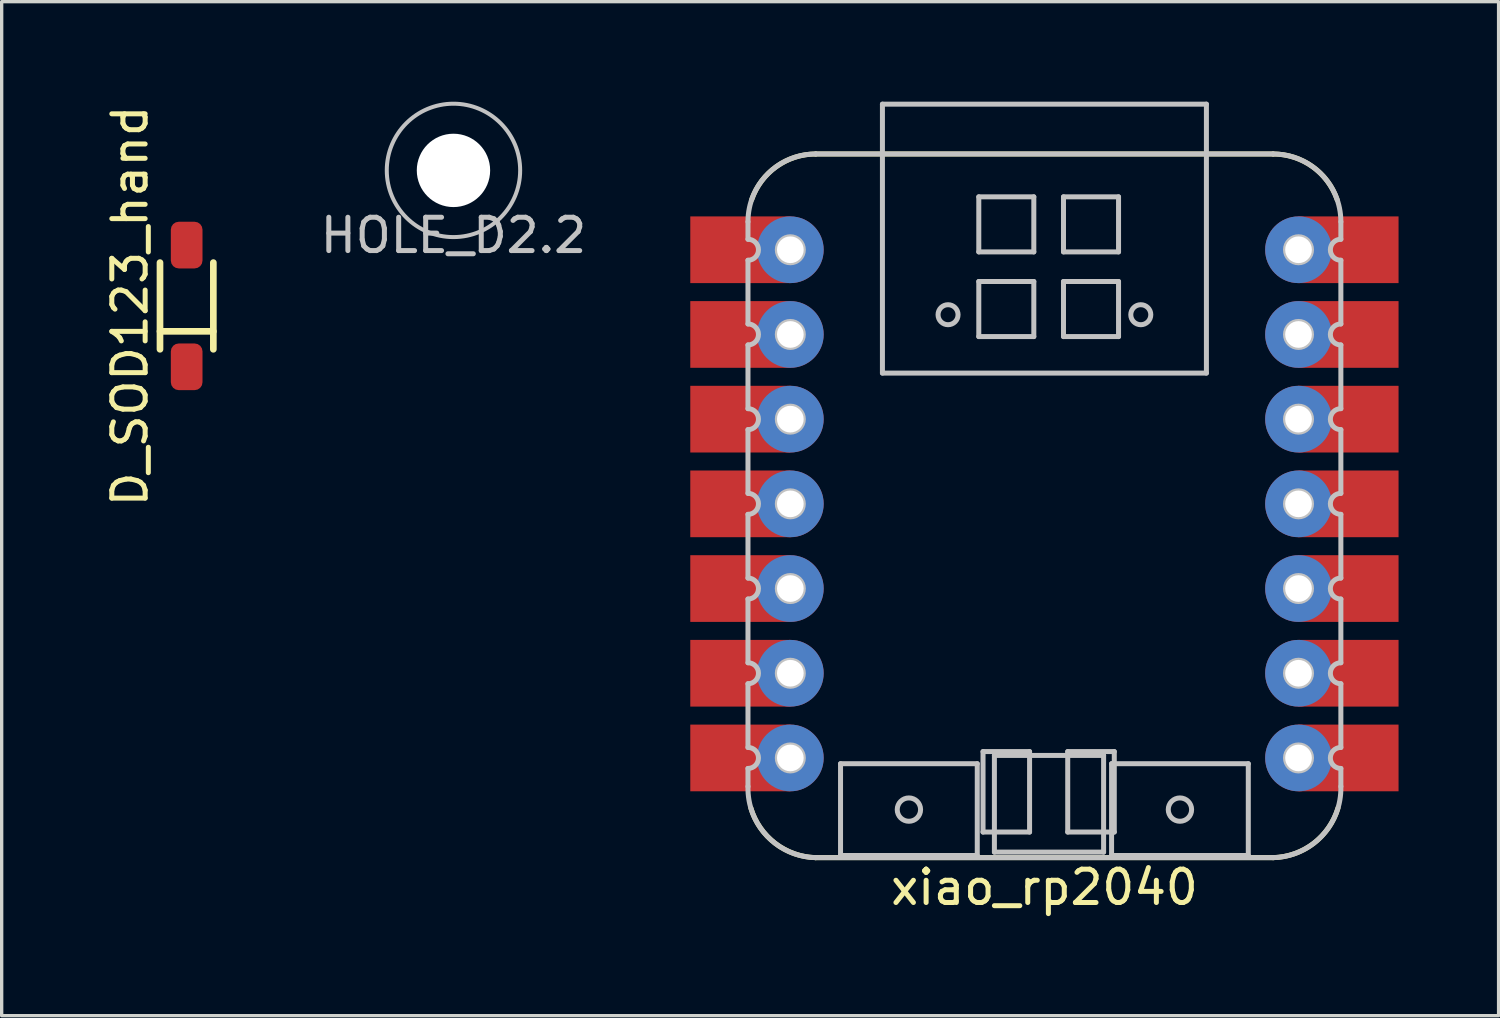
<source format=kicad_pcb>
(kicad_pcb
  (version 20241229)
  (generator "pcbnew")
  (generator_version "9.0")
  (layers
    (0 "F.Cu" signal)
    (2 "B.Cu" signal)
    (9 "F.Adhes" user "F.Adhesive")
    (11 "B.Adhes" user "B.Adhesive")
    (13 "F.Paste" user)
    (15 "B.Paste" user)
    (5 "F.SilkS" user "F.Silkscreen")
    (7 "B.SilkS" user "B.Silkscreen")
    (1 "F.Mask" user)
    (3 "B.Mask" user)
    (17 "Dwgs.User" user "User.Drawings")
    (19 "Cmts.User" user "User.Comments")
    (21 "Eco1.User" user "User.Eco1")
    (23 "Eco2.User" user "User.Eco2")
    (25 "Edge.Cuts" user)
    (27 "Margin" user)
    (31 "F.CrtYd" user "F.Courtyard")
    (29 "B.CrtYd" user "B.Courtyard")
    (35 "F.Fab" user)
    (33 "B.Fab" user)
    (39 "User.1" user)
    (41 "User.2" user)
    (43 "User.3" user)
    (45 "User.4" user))
  (footprint "D_SOD123_hand"
    (layer "F.Cu")
    (at 2.548 6.125)
    (property "Reference" "D_SOD123_hand" (at -1.7 0 90) (layer "F.SilkS") (effects (font (size 1 1) (thickness 0.15))))
    (attr smd)
    (fp_line (start -0.8 0.762) (end 0.8 0.762) (stroke (width 0.2) (type solid)) (layer "F.SilkS"))
    (fp_line (start -0.8 1.3) (end -0.8 -1.3) (stroke (width 0.2) (type solid)) (layer "F.SilkS"))
    (fp_line (start 0.8 -1.3) (end 0.8 1.3) (stroke (width 0.2) (type solid)) (layer "F.SilkS"))
    (pad "1" smd roundrect (at 0 1.575) (size 0.95 1.4) (drill (offset 0 0.25)) (layers "F.Cu" "F.Mask" "F.Paste") (roundrect_rratio 0.25))
    (pad "2" smd roundrect (at 0 -1.575) (size 0.95 1.4) (drill (offset 0 -0.25)) (layers "F.Cu" "F.Mask" "F.Paste") (roundrect_rratio 0.25)))
  (footprint "HOLE_D2.2"
    (layer "F.Cu")
    (at 10.549 2.06)
    (property "Reference" "HOLE_D2.2" (at 0 1.95 0) (layer "Dwgs.User") (effects (font (size 1 1) (thickness 0.15))))
    (attr through_hole)
    (fp_circle (center 0 0) (end 0 2) (stroke (width 0.12) (type solid)) (fill no) (layer "Dwgs.User"))
    (pad "" np_thru_hole circle (at 0 0) (size 2.2 2.2) (drill 2.2) (layers "*.Cu" "*.Mask")))
  (footprint "xiao_rp2040"
    (layer "F.Cu")
    (at 28.271 12.06)
    (property "Reference" "xiao_rp2040" (at 0 11.5 0) (layer "F.SilkS") (effects (font (size 1 1) (thickness 0.15))))
    (attr through_hole)
    (fp_line (start -6.858 10.61) (end 6.858 10.61) (stroke (width 0.15) (type solid)) (layer "F.SilkS"))
    (fp_line (start 6.858 -10.492) (end -6.858 -10.492) (stroke (width 0.15) (type solid)) (layer "F.SilkS"))
    (fp_arc (start -8.779828 -9.12) (mid -8.038657 -10.113805) (end -6.858 -10.492) (stroke (width 0.15) (type solid)) (layer "F.SilkS"))
    (fp_arc (start -6.858 10.609599) (mid -8.07341 10.181293) (end -8.804385 9.12) (stroke (width 0.15) (type solid)) (layer "F.SilkS"))
    (fp_arc (start 6.858 -10.492) (mid 8.038657 -10.113805) (end 8.779828 -9.12) (stroke (width 0.15) (type solid)) (layer "F.SilkS"))
    (fp_arc (start 8.804385 9.12) (mid 8.07341 10.181293) (end 6.858 10.609599) (stroke (width 0.15) (type solid)) (layer "F.SilkS"))
    (fp_line (start -8.89 -7.935) (end -8.89 -8.46) (stroke (width 0.15) (type solid)) (layer "Dwgs.User"))
    (fp_line (start -8.89 -5.395) (end -8.89 -7.305) (stroke (width 0.15) (type solid)) (layer "Dwgs.User"))
    (fp_line (start -8.89 -2.855) (end -8.89 -4.765) (stroke (width 0.15) (type solid)) (layer "Dwgs.User"))
    (fp_line (start -8.89 -0.315) (end -8.89 -2.225) (stroke (width 0.15) (type solid)) (layer "Dwgs.User"))
    (fp_line (start -8.89 2.225) (end -8.89 0.315) (stroke (width 0.15) (type solid)) (layer "Dwgs.User"))
    (fp_line (start -8.89 4.765) (end -8.89 2.855) (stroke (width 0.15) (type solid)) (layer "Dwgs.User"))
    (fp_line (start -8.89 7.305) (end -8.89 5.395) (stroke (width 0.15) (type solid)) (layer "Dwgs.User"))
    (fp_line (start -8.89 8.476) (end -8.89 7.935) (stroke (width 0.15) (type solid)) (layer "Dwgs.User"))
    (fp_line (start -6.858 -10.492) (end 6.858 -10.492) (stroke (width 0.15) (type solid)) (layer "Dwgs.User"))
    (fp_line (start -6.114 7.793) (end -2.014 7.793) (stroke (width 0.15) (type solid)) (layer "Dwgs.User"))
    (fp_line (start -6.114 10.546) (end -6.114 7.793) (stroke (width 0.15) (type solid)) (layer "Dwgs.User"))
    (fp_line (start -4.858 -11.986) (end -4.858 -3.922) (stroke (width 0.15) (type solid)) (layer "Dwgs.User"))
    (fp_line (start -4.858 -3.922) (end 4.858 -3.922) (stroke (width 0.15) (type solid)) (layer "Dwgs.User"))
    (fp_line (start -2.014 7.793) (end -2.014 10.546) (stroke (width 0.15) (type solid)) (layer "Dwgs.User"))
    (fp_line (start -2.014 10.546) (end -6.114 10.546) (stroke (width 0.15) (type solid)) (layer "Dwgs.User"))
    (fp_line (start -1.968 -9.207) (end -1.968 -7.556) (stroke (width 0.15) (type solid)) (layer "Dwgs.User"))
    (fp_line (start -1.968 -7.556) (end -0.318 -7.556) (stroke (width 0.15) (type solid)) (layer "Dwgs.User"))
    (fp_line (start -1.968 -6.668) (end -1.968 -5.016) (stroke (width 0.15) (type solid)) (layer "Dwgs.User"))
    (fp_line (start -1.968 -5.016) (end -0.318 -5.016) (stroke (width 0.15) (type solid)) (layer "Dwgs.User"))
    (fp_line (start -1.841 7.429) (end -1.841 9.842) (stroke (width 0.15) (type solid)) (layer "Dwgs.User"))
    (fp_line (start -1.841 9.842) (end -0.445 9.842) (stroke (width 0.15) (type solid)) (layer "Dwgs.User"))
    (fp_line (start -1.5 7.544) (end 1.775 7.544) (stroke (width 0.15) (type solid)) (layer "Dwgs.User"))
    (fp_line (start -1.5 10.444) (end -1.5 7.544) (stroke (width 0.15) (type solid)) (layer "Dwgs.User"))
    (fp_line (start -0.445 7.429) (end -1.841 7.429) (stroke (width 0.15) (type solid)) (layer "Dwgs.User"))
    (fp_line (start -0.445 9.842) (end -0.445 7.429) (stroke (width 0.15) (type solid)) (layer "Dwgs.User"))
    (fp_line (start -0.318 -9.207) (end -1.968 -9.207) (stroke (width 0.15) (type solid)) (layer "Dwgs.User"))
    (fp_line (start -0.318 -7.556) (end -0.318 -9.207) (stroke (width 0.15) (type solid)) (layer "Dwgs.User"))
    (fp_line (start -0.318 -6.668) (end -1.968 -6.668) (stroke (width 0.15) (type solid)) (layer "Dwgs.User"))
    (fp_line (start -0.318 -5.016) (end -0.318 -6.668) (stroke (width 0.15) (type solid)) (layer "Dwgs.User"))
    (fp_line (start 0.572 -9.207) (end 0.572 -7.556) (stroke (width 0.15) (type solid)) (layer "Dwgs.User"))
    (fp_line (start 0.572 -7.556) (end 2.223 -7.556) (stroke (width 0.15) (type solid)) (layer "Dwgs.User"))
    (fp_line (start 0.572 -6.668) (end 0.572 -5.016) (stroke (width 0.15) (type solid)) (layer "Dwgs.User"))
    (fp_line (start 0.572 -5.016) (end 2.223 -5.016) (stroke (width 0.15) (type solid)) (layer "Dwgs.User"))
    (fp_line (start 0.699 7.429) (end 0.699 9.842) (stroke (width 0.15) (type solid)) (layer "Dwgs.User"))
    (fp_line (start 0.699 9.842) (end 2.095 9.842) (stroke (width 0.15) (type solid)) (layer "Dwgs.User"))
    (fp_line (start 1.775 7.544) (end 1.775 10.444) (stroke (width 0.15) (type solid)) (layer "Dwgs.User"))
    (fp_line (start 1.775 10.444) (end -1.5 10.444) (stroke (width 0.15) (type solid)) (layer "Dwgs.User"))
    (fp_line (start 2.014 7.793) (end 6.114 7.793) (stroke (width 0.15) (type solid)) (layer "Dwgs.User"))
    (fp_line (start 2.014 10.546) (end 2.014 7.793) (stroke (width 0.15) (type solid)) (layer "Dwgs.User"))
    (fp_line (start 2.095 7.429) (end 0.699 7.429) (stroke (width 0.15) (type solid)) (layer "Dwgs.User"))
    (fp_line (start 2.095 9.842) (end 2.095 7.429) (stroke (width 0.15) (type solid)) (layer "Dwgs.User"))
    (fp_line (start 2.223 -9.207) (end 0.572 -9.207) (stroke (width 0.15) (type solid)) (layer "Dwgs.User"))
    (fp_line (start 2.223 -7.556) (end 2.223 -9.207) (stroke (width 0.15) (type solid)) (layer "Dwgs.User"))
    (fp_line (start 2.223 -6.668) (end 0.572 -6.668) (stroke (width 0.15) (type solid)) (layer "Dwgs.User"))
    (fp_line (start 2.223 -5.016) (end 2.223 -6.668) (stroke (width 0.15) (type solid)) (layer "Dwgs.User"))
    (fp_line (start 4.858 -11.986) (end -4.858 -11.986) (stroke (width 0.15) (type solid)) (layer "Dwgs.User"))
    (fp_line (start 4.858 -3.922) (end 4.858 -11.986) (stroke (width 0.15) (type solid)) (layer "Dwgs.User"))
    (fp_line (start 6.114 7.793) (end 6.114 10.546) (stroke (width 0.15) (type solid)) (layer "Dwgs.User"))
    (fp_line (start 6.114 10.546) (end 2.014 10.546) (stroke (width 0.15) (type solid)) (layer "Dwgs.User"))
    (fp_line (start 6.858 10.61) (end -6.858 10.61) (stroke (width 0.15) (type solid)) (layer "Dwgs.User"))
    (fp_line (start 8.89 -7.305) (end 8.89 -5.395) (stroke (width 0.15) (type solid)) (layer "Dwgs.User"))
    (fp_line (start 8.89 -4.765) (end 8.89 -2.855) (stroke (width 0.15) (type solid)) (layer "Dwgs.User"))
    (fp_line (start 8.89 -2.225) (end 8.89 -0.315) (stroke (width 0.15) (type solid)) (layer "Dwgs.User"))
    (fp_line (start 8.89 0.315) (end 8.89 2.225) (stroke (width 0.15) (type solid)) (layer "Dwgs.User"))
    (fp_line (start 8.89 2.855) (end 8.89 4.765) (stroke (width 0.15) (type solid)) (layer "Dwgs.User"))
    (fp_line (start 8.89 5.395) (end 8.89 7.305) (stroke (width 0.15) (type solid)) (layer "Dwgs.User"))
    (fp_line (start 8.89 7.935) (end 8.89 8.476) (stroke (width 0.15) (type solid)) (layer "Dwgs.User"))
    (fp_line (start 8.89 -8.46) (end 8.89 -7.935) (stroke (width 0.15) (type solid)) (layer "Dwgs.User"))
    (fp_arc (start -8.89 -8.46) (mid -8.294841 -9.896841) (end -6.858 -10.492) (stroke (width 0.15) (type solid)) (layer "Dwgs.User"))
    (fp_arc (start -8.89 -7.935) (mid -8.575 -7.62) (end -8.89 -7.305) (stroke (width 0.15) (type solid)) (layer "Dwgs.User"))
    (fp_arc (start -8.89 -5.395) (mid -8.575 -5.08) (end -8.89 -4.765) (stroke (width 0.15) (type solid)) (layer "Dwgs.User"))
    (fp_arc (start -8.89 -2.855) (mid -8.575 -2.54) (end -8.89 -2.225) (stroke (width 0.15) (type solid)) (layer "Dwgs.User"))
    (fp_arc (start -8.89 -0.314999) (mid -8.575001 0) (end -8.89 0.314999) (stroke (width 0.15) (type solid)) (layer "Dwgs.User"))
    (fp_arc (start -8.89 2.225) (mid -8.575 2.54) (end -8.89 2.855) (stroke (width 0.15) (type solid)) (layer "Dwgs.User"))
    (fp_arc (start -8.89 4.765) (mid -8.575 5.08) (end -8.89 5.395) (stroke (width 0.15) (type solid)) (layer "Dwgs.User"))
    (fp_arc (start -8.89 7.305) (mid -8.575 7.62) (end -8.89 7.935) (stroke (width 0.15) (type solid)) (layer "Dwgs.User"))
    (fp_arc (start -6.858 10.609599) (mid -8.315882 9.96364) (end -8.889999 8.476) (stroke (width 0.15) (type solid)) (layer "Dwgs.User"))
    (fp_arc (start 6.858 -10.492) (mid 8.294841 -9.896841) (end 8.89 -8.46) (stroke (width 0.15) (type solid)) (layer "Dwgs.User"))
    (fp_arc (start 8.889999 -2.225) (mid 8.574999 -2.54) (end 8.889999 -2.855) (stroke (width 0.15) (type solid)) (layer "Dwgs.User"))
    (fp_arc (start 8.889999 0.315) (mid 8.574999 0) (end 8.889999 -0.315) (stroke (width 0.15) (type solid)) (layer "Dwgs.User"))
    (fp_arc (start 8.889999 2.855) (mid 8.574999 2.54) (end 8.889999 2.225) (stroke (width 0.15) (type solid)) (layer "Dwgs.User"))
    (fp_arc (start 8.889999 5.395) (mid 8.574999 5.08) (end 8.889999 4.765) (stroke (width 0.15) (type solid)) (layer "Dwgs.User"))
    (fp_arc (start 8.889999 7.935) (mid 8.574999 7.62) (end 8.889999 7.305) (stroke (width 0.15) (type solid)) (layer "Dwgs.User"))
    (fp_arc (start 8.889999 8.476) (mid 8.315882 9.96364) (end 6.858 10.609599) (stroke (width 0.15) (type solid)) (layer "Dwgs.User"))
    (fp_arc (start 8.89 -7.305) (mid 8.575 -7.62) (end 8.89 -7.935) (stroke (width 0.15) (type solid)) (layer "Dwgs.User"))
    (fp_arc (start 8.89 -4.765) (mid 8.575 -5.08) (end 8.89 -5.395) (stroke (width 0.15) (type solid)) (layer "Dwgs.User"))
    (fp_circle (center -7.62 -7.62) (end -7.23 -7.62) (stroke (width 0.15) (type solid)) (fill no) (layer "Dwgs.User"))
    (fp_circle (center -7.62 -5.08) (end -7.23 -5.08) (stroke (width 0.15) (type solid)) (fill no) (layer "Dwgs.User"))
    (fp_circle (center -7.62 -2.54) (end -7.23 -2.54) (stroke (width 0.15) (type solid)) (fill no) (layer "Dwgs.User"))
    (fp_circle (center -7.62 0) (end -7.23 0) (stroke (width 0.15) (type solid)) (fill no) (layer "Dwgs.User"))
    (fp_circle (center -7.62 2.54) (end -7.23 2.54) (stroke (width 0.15) (type solid)) (fill no) (layer "Dwgs.User"))
    (fp_circle (center -7.62 5.08) (end -7.23 5.08) (stroke (width 0.15) (type solid)) (fill no) (layer "Dwgs.User"))
    (fp_circle (center -7.62 7.62) (end -7.23 7.62) (stroke (width 0.15) (type solid)) (fill no) (layer "Dwgs.User"))
    (fp_circle (center -4.064 9.169) (end -3.714 9.169) (stroke (width 0.15) (type solid)) (fill no) (layer "Dwgs.User"))
    (fp_circle (center -2.89 -5.672) (end -2.59 -5.672) (stroke (width 0.15) (type solid)) (fill no) (layer "Dwgs.User"))
    (fp_circle (center 2.89 -5.672) (end 3.19 -5.672) (stroke (width 0.15) (type solid)) (fill no) (layer "Dwgs.User"))
    (fp_circle (center 4.064 9.169) (end 4.414 9.169) (stroke (width 0.15) (type solid)) (fill no) (layer "Dwgs.User"))
    (fp_circle (center 7.62 -7.62) (end 8.01 -7.62) (stroke (width 0.15) (type solid)) (fill no) (layer "Dwgs.User"))
    (fp_circle (center 7.62 -5.08) (end 8.01 -5.08) (stroke (width 0.15) (type solid)) (fill no) (layer "Dwgs.User"))
    (fp_circle (center 7.62 -2.54) (end 8.01 -2.54) (stroke (width 0.15) (type solid)) (fill no) (layer "Dwgs.User"))
    (fp_circle (center 7.62 0) (end 8.01 0) (stroke (width 0.15) (type solid)) (fill no) (layer "Dwgs.User"))
    (fp_circle (center 7.62 2.54) (end 8.01 2.54) (stroke (width 0.15) (type solid)) (fill no) (layer "Dwgs.User"))
    (fp_circle (center 7.62 5.08) (end 8.01 5.08) (stroke (width 0.15) (type solid)) (fill no) (layer "Dwgs.User"))
    (fp_circle (center 7.62 7.62) (end 8.01 7.62) (stroke (width 0.15) (type solid)) (fill no) (layer "Dwgs.User"))
    (pad "1" thru_hole circle (at -7.62 -7.62) (size 2 2) (drill 0.8) (layers "*.Cu" "*.Mask"))
    (pad "1" smd rect (at -7.62 -7.62) (size 3 2) (drill (offset -1.5 0)) (layers "F.Cu" "F.Mask"))
    (pad "2" thru_hole circle (at -7.62 -5.08) (size 2 2) (drill 0.8) (layers "*.Cu" "*.Mask"))
    (pad "2" smd rect (at -7.62 -5.08) (size 3 2) (drill (offset -1.5 0)) (layers "F.Cu" "F.Mask"))
    (pad "3" thru_hole circle (at -7.62 -2.54) (size 2 2) (drill 0.8) (layers "*.Cu" "*.Mask"))
    (pad "3" smd rect (at -7.62 -2.54) (size 3 2) (drill (offset -1.5 0)) (layers "F.Cu" "F.Mask"))
    (pad "4" thru_hole circle (at -7.62 0) (size 2 2) (drill 0.8) (layers "*.Cu" "*.Mask"))
    (pad "4" smd rect (at -7.62 0) (size 3 2) (drill (offset -1.5 0)) (layers "F.Cu" "F.Mask"))
    (pad "5" thru_hole circle (at -7.62 2.54) (size 2 2) (drill 0.8) (layers "*.Cu" "*.Mask"))
    (pad "5" smd rect (at -7.62 2.54) (size 3 2) (drill (offset -1.5 0)) (layers "F.Cu" "F.Mask"))
    (pad "6" thru_hole circle (at -7.62 5.08) (size 2 2) (drill 0.8) (layers "*.Cu" "*.Mask"))
    (pad "6" smd rect (at -7.62 5.08) (size 3 2) (drill (offset -1.5 0)) (layers "F.Cu" "F.Mask"))
    (pad "7" thru_hole circle (at -7.62 7.62) (size 2 2) (drill 0.8) (layers "*.Cu" "*.Mask"))
    (pad "7" smd rect (at -7.62 7.62) (size 3 2) (drill (offset -1.5 0)) (layers "F.Cu" "F.Mask"))
    (pad "8" thru_hole circle (at 7.62 7.62) (size 2 2) (drill 0.8) (layers "*.Cu" "*.Mask"))
    (pad "8" smd rect (at 7.62 7.62) (size 3 2) (drill (offset 1.5 0)) (layers "F.Cu" "F.Mask"))
    (pad "9" thru_hole circle (at 7.62 5.08) (size 2 2) (drill 0.8) (layers "*.Cu" "*.Mask"))
    (pad "9" smd rect (at 7.62 5.08) (size 3 2) (drill (offset 1.5 0)) (layers "F.Cu" "F.Mask"))
    (pad "10" thru_hole circle (at 7.62 2.54) (size 2 2) (drill 0.8) (layers "*.Cu" "*.Mask"))
    (pad "10" smd rect (at 7.62 2.54) (size 3 2) (drill (offset 1.5 0)) (layers "F.Cu" "F.Mask"))
    (pad "11" thru_hole circle (at 7.62 0) (size 2 2) (drill 0.8) (layers "*.Cu" "*.Mask"))
    (pad "11" smd rect (at 7.62 0) (size 3 2) (drill (offset 1.5 0)) (layers "F.Cu" "F.Mask"))
    (pad "12" thru_hole circle (at 7.62 -2.54) (size 2 2) (drill 0.8) (layers "*.Cu" "*.Mask"))
    (pad "12" smd rect (at 7.62 -2.54) (size 3 2) (drill (offset 1.5 0)) (layers "F.Cu" "F.Mask"))
    (pad "13" thru_hole circle (at 7.62 -5.08) (size 2 2) (drill 0.8) (layers "*.Cu" "*.Mask"))
    (pad "13" smd rect (at 7.62 -5.08) (size 3 2) (drill (offset 1.5 0)) (layers "F.Cu" "F.Mask"))
    (pad "14" thru_hole circle (at 7.62 -7.62) (size 2 2) (drill 0.8) (layers "*.Cu" "*.Mask"))
    (pad "14" smd rect (at 7.62 -7.62) (size 3 2) (drill (offset 1.5 0)) (layers "F.Cu" "F.Mask")))
  (gr_rect
    (start -3 -3)
    (end 41.891 27.409)
    (stroke (width 0.1) (type default))
    (fill no)
    (layer "Edge.Cuts")))
</source>
